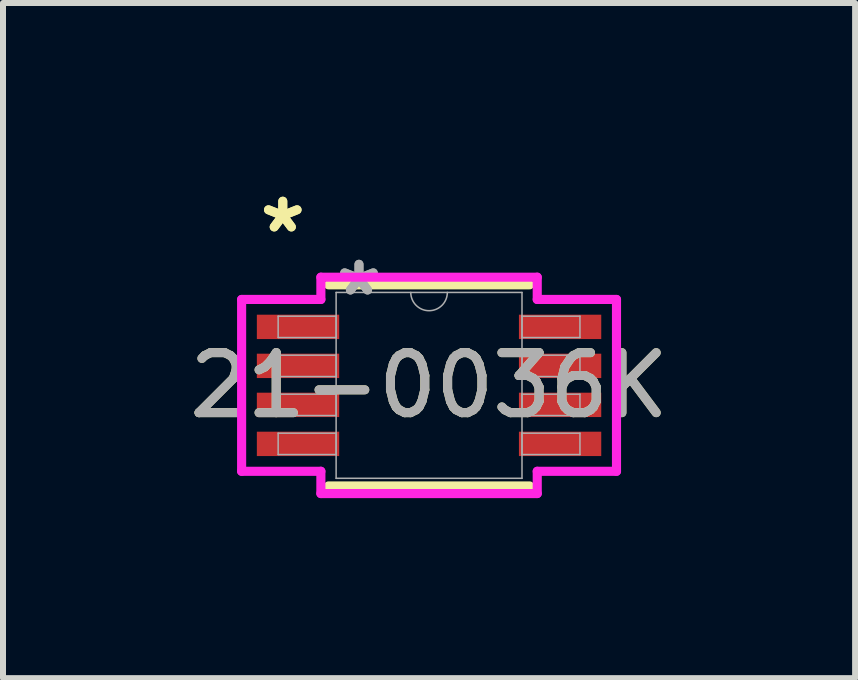
<source format=kicad_pcb>
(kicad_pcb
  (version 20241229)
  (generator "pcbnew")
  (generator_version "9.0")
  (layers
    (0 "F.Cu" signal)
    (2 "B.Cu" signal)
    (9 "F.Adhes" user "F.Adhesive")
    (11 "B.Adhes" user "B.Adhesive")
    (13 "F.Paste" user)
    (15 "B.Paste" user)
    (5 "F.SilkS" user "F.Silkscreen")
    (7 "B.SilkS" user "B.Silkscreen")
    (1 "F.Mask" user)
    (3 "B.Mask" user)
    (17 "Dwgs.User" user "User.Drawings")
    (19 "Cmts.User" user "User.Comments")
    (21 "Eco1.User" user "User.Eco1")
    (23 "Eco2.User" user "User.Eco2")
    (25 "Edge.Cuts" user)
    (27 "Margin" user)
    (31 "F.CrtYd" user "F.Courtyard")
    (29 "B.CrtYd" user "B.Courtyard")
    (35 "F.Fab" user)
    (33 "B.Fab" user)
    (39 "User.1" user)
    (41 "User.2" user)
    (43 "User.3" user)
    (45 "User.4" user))
  (footprint "21-0036K"
    (layer "F.Cu")
    (at 4.101 3.373)
    (property "Reference" "21-0036K" (at 0 0 0) (unlocked yes) (layer "F.SilkS") (effects (font (size 1 1) (thickness 0.15))))
    (attr smd)
    (fp_line (start -1.676 1.676) (end 1.676 1.676) (stroke (width 0.152) (type solid)) (layer "F.SilkS"))
    (fp_line (start 1.676 -1.676) (end -1.676 -1.676) (stroke (width 0.152) (type solid)) (layer "F.SilkS"))
    (fp_line (start -3.124 -1.432) (end -1.803 -1.432) (stroke (width 0.152) (type solid)) (layer "F.CrtYd"))
    (fp_line (start -3.124 1.432) (end -3.124 -1.432) (stroke (width 0.152) (type solid)) (layer "F.CrtYd"))
    (fp_line (start -3.124 1.432) (end -1.803 1.432) (stroke (width 0.152) (type solid)) (layer "F.CrtYd"))
    (fp_line (start -1.803 -1.803) (end 1.803 -1.803) (stroke (width 0.152) (type solid)) (layer "F.CrtYd"))
    (fp_line (start -1.803 -1.432) (end -1.803 -1.803) (stroke (width 0.152) (type solid)) (layer "F.CrtYd"))
    (fp_line (start -1.803 1.803) (end -1.803 1.432) (stroke (width 0.152) (type solid)) (layer "F.CrtYd"))
    (fp_line (start 1.803 -1.803) (end 1.803 -1.432) (stroke (width 0.152) (type solid)) (layer "F.CrtYd"))
    (fp_line (start 1.803 1.432) (end 1.803 1.803) (stroke (width 0.152) (type solid)) (layer "F.CrtYd"))
    (fp_line (start 1.803 1.803) (end -1.803 1.803) (stroke (width 0.152) (type solid)) (layer "F.CrtYd"))
    (fp_line (start 3.124 -1.432) (end 1.803 -1.432) (stroke (width 0.152) (type solid)) (layer "F.CrtYd"))
    (fp_line (start 3.124 -1.432) (end 3.124 1.432) (stroke (width 0.152) (type solid)) (layer "F.CrtYd"))
    (fp_line (start 3.124 1.432) (end 1.803 1.432) (stroke (width 0.152) (type solid)) (layer "F.CrtYd"))
    (fp_line (start -2.515 -1.153) (end -2.515 -0.797) (stroke (width 0.025) (type solid)) (layer "F.Fab"))
    (fp_line (start -2.515 -0.797) (end -1.549 -0.797) (stroke (width 0.025) (type solid)) (layer "F.Fab"))
    (fp_line (start -2.515 -0.503) (end -2.515 -0.147) (stroke (width 0.025) (type solid)) (layer "F.Fab"))
    (fp_line (start -2.515 -0.147) (end -1.549 -0.147) (stroke (width 0.025) (type solid)) (layer "F.Fab"))
    (fp_line (start -2.515 0.147) (end -2.515 0.503) (stroke (width 0.025) (type solid)) (layer "F.Fab"))
    (fp_line (start -2.515 0.503) (end -1.549 0.503) (stroke (width 0.025) (type solid)) (layer "F.Fab"))
    (fp_line (start -2.515 0.797) (end -2.515 1.153) (stroke (width 0.025) (type solid)) (layer "F.Fab"))
    (fp_line (start -2.515 1.153) (end -1.549 1.153) (stroke (width 0.025) (type solid)) (layer "F.Fab"))
    (fp_line (start -1.549 -1.549) (end -1.549 1.549) (stroke (width 0.025) (type solid)) (layer "F.Fab"))
    (fp_line (start -1.549 -1.153) (end -2.515 -1.153) (stroke (width 0.025) (type solid)) (layer "F.Fab"))
    (fp_line (start -1.549 -0.797) (end -1.549 -1.153) (stroke (width 0.025) (type solid)) (layer "F.Fab"))
    (fp_line (start -1.549 -0.503) (end -2.515 -0.503) (stroke (width 0.025) (type solid)) (layer "F.Fab"))
    (fp_line (start -1.549 -0.147) (end -1.549 -0.503) (stroke (width 0.025) (type solid)) (layer "F.Fab"))
    (fp_line (start -1.549 0.147) (end -2.515 0.147) (stroke (width 0.025) (type solid)) (layer "F.Fab"))
    (fp_line (start -1.549 0.503) (end -1.549 0.147) (stroke (width 0.025) (type solid)) (layer "F.Fab"))
    (fp_line (start -1.549 0.797) (end -2.515 0.797) (stroke (width 0.025) (type solid)) (layer "F.Fab"))
    (fp_line (start -1.549 1.153) (end -1.549 0.797) (stroke (width 0.025) (type solid)) (layer "F.Fab"))
    (fp_line (start -1.549 1.549) (end 1.549 1.549) (stroke (width 0.025) (type solid)) (layer "F.Fab"))
    (fp_line (start 1.549 -1.549) (end -1.549 -1.549) (stroke (width 0.025) (type solid)) (layer "F.Fab"))
    (fp_line (start 1.549 -1.153) (end 1.549 -0.797) (stroke (width 0.025) (type solid)) (layer "F.Fab"))
    (fp_line (start 1.549 -0.797) (end 2.515 -0.797) (stroke (width 0.025) (type solid)) (layer "F.Fab"))
    (fp_line (start 1.549 -0.503) (end 1.549 -0.147) (stroke (width 0.025) (type solid)) (layer "F.Fab"))
    (fp_line (start 1.549 -0.147) (end 2.515 -0.147) (stroke (width 0.025) (type solid)) (layer "F.Fab"))
    (fp_line (start 1.549 0.147) (end 1.549 0.503) (stroke (width 0.025) (type solid)) (layer "F.Fab"))
    (fp_line (start 1.549 0.503) (end 2.515 0.503) (stroke (width 0.025) (type solid)) (layer "F.Fab"))
    (fp_line (start 1.549 0.797) (end 1.549 1.153) (stroke (width 0.025) (type solid)) (layer "F.Fab"))
    (fp_line (start 1.549 1.153) (end 2.515 1.153) (stroke (width 0.025) (type solid)) (layer "F.Fab"))
    (fp_line (start 1.549 1.549) (end 1.549 -1.549) (stroke (width 0.025) (type solid)) (layer "F.Fab"))
    (fp_line (start 2.515 -1.153) (end 1.549 -1.153) (stroke (width 0.025) (type solid)) (layer "F.Fab"))
    (fp_line (start 2.515 -0.797) (end 2.515 -1.153) (stroke (width 0.025) (type solid)) (layer "F.Fab"))
    (fp_line (start 2.515 -0.503) (end 1.549 -0.503) (stroke (width 0.025) (type solid)) (layer "F.Fab"))
    (fp_line (start 2.515 -0.147) (end 2.515 -0.503) (stroke (width 0.025) (type solid)) (layer "F.Fab"))
    (fp_line (start 2.515 0.147) (end 1.549 0.147) (stroke (width 0.025) (type solid)) (layer "F.Fab"))
    (fp_line (start 2.515 0.503) (end 2.515 0.147) (stroke (width 0.025) (type solid)) (layer "F.Fab"))
    (fp_line (start 2.515 0.797) (end 1.549 0.797) (stroke (width 0.025) (type solid)) (layer "F.Fab"))
    (fp_line (start 2.515 1.153) (end 2.515 0.797) (stroke (width 0.025) (type solid)) (layer "F.Fab"))
    (fp_arc (start 0.3048 -1.5494) (mid 0 -1.2446) (end -0.3048 -1.5494) (stroke (width 0.0254) (type solid)) (layer "F.Fab"))
    (fp_text user "*" (at -2.438 -2.524 0) (unlocked yes) (layer "F.SilkS") (effects (font (size 1 1) (thickness 0.15))))
    (fp_text user "*" (at -2.438 -2.524 0) (layer "F.SilkS") (effects (font (size 1 1) (thickness 0.15))))
    (fp_text user "${REFERENCE}" (at 0 0 0) (unlocked yes) (layer "F.Fab") (effects (font (size 1 1) (thickness 0.15))))
    (fp_text user "*" (at -1.168 -1.473 0) (layer "F.Fab") (effects (font (size 1 1) (thickness 0.15))))
    (fp_text user "*" (at -1.168 -1.473 0) (unlocked yes) (layer "F.Fab") (effects (font (size 1 1) (thickness 0.15))))
    (pad "1" smd rect (at -2.184 -0.975) (size 1.372 0.406) (layers "F.Cu" "F.Mask" "F.Paste"))
    (pad "2" smd rect (at -2.184 -0.325) (size 1.372 0.406) (layers "F.Cu" "F.Mask" "F.Paste"))
    (pad "3" smd rect (at -2.184 0.325) (size 1.372 0.406) (layers "F.Cu" "F.Mask" "F.Paste"))
    (pad "4" smd rect (at -2.184 0.975) (size 1.372 0.406) (layers "F.Cu" "F.Mask" "F.Paste"))
    (pad "5" smd rect (at 2.184 0.975) (size 1.372 0.406) (layers "F.Cu" "F.Mask" "F.Paste"))
    (pad "6" smd rect (at 2.184 0.325) (size 1.372 0.406) (layers "F.Cu" "F.Mask" "F.Paste"))
    (pad "7" smd rect (at 2.184 -0.325) (size 1.372 0.406) (layers "F.Cu" "F.Mask" "F.Paste"))
    (pad "8" smd rect (at 2.184 -0.975) (size 1.372 0.406) (layers "F.Cu" "F.Mask" "F.Paste")))
  (gr_rect
    (start -3 -3)
    (end 11.202 8.252)
    (stroke (width 0.1) (type default))
    (fill no)
    (layer "Edge.Cuts")))
</source>
